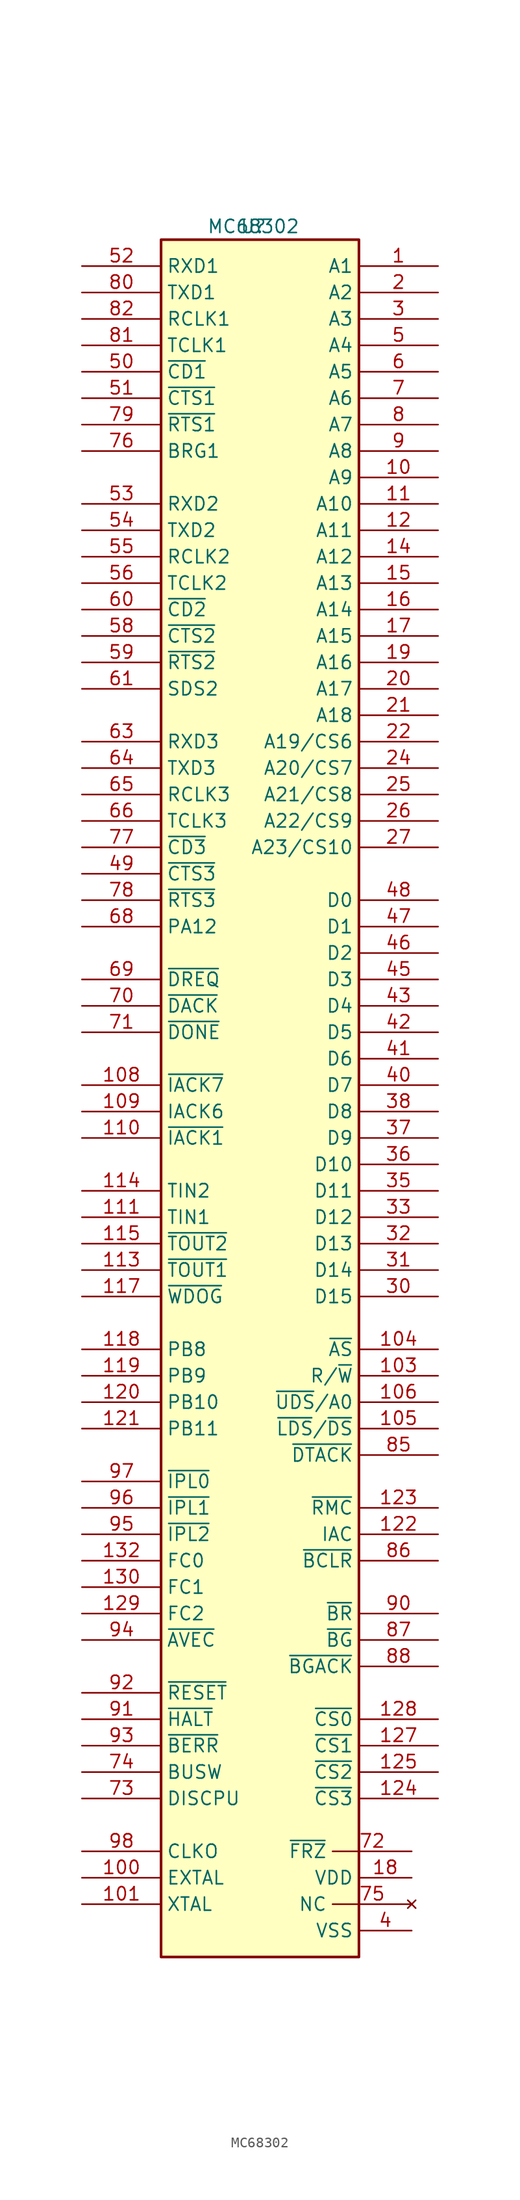
<source format=kicad_sym>
(kicad_symbol_lib
  (version 20211014)
  (generator kicad_symbol_editor)
  (symbol "MC68302"
    (property "Reference" "U"
      (at 0 0 0)
      (effects (font (size 1.27 1.27))))
    (property "Value" "MC68302"
      (at 0 0 0)
      (effects (font (size 1.27 1.27))))
    (symbol "MC68302_0_1"
      (rectangle (start -8.89 -1.27) (end 10.16 -166.37) (stroke (width 0.254) (type default) (color 0 0 0 0)) (fill (type background))))
    (symbol "MC68302_1_0"
      (pin power_in line (at 15.24 -163.83 180) (length 5.08) (name "VSS" (effects (font (size 1.27 1.27)))) (number "4" (effects (font (size 1.27 1.27))))))
    (symbol "MC68302_1_1"
      (pin output line (at 17.78 -3.81 180) (length 7.62) (name "A1" (effects (font (size 1.27 1.27)))) (number "1" (effects (font (size 1.27 1.27)))))
      (pin output line (at 17.78 -24.13 180) (length 7.62) (name "A9" (effects (font (size 1.27 1.27)))) (number "10" (effects (font (size 1.27 1.27)))))
      (pin passive line (at -16.51 -158.75 0) (length 7.62) (name "EXTAL" (effects (font (size 1.27 1.27)))) (number "100" (effects (font (size 1.27 1.27)))))
      (pin passive line (at -16.51 -161.29 0) (length 7.62) (name "XTAL" (effects (font (size 1.27 1.27)))) (number "101" (effects (font (size 1.27 1.27)))))
      (pin power_in line (at 15.24 -163.83 180) (length 5.08) hide (name "VSS" (effects (font (size 1.27 1.27)))) (number "102" (effects (font (size 1.27 1.27)))))
      (pin passive line (at 17.78 -110.49 180) (length 7.62) (name "R/~{W}" (effects (font (size 1.27 1.27)))) (number "103" (effects (font (size 1.27 1.27)))))
      (pin passive line (at 17.78 -107.95 180) (length 7.62) (name "~{AS}" (effects (font (size 1.27 1.27)))) (number "104" (effects (font (size 1.27 1.27)))))
      (pin passive line (at 17.78 -115.57 180) (length 7.62) (name "~{LDS}/~{DS}" (effects (font (size 1.27 1.27)))) (number "105" (effects (font (size 1.27 1.27)))))
      (pin passive line (at 17.78 -113.03 180) (length 7.62) (name "~{UDS}/A0" (effects (font (size 1.27 1.27)))) (number "106" (effects (font (size 1.27 1.27)))))
      (pin power_in line (at 15.24 -163.83 180) (length 5.08) hide (name "VSS" (effects (font (size 1.27 1.27)))) (number "107" (effects (font (size 1.27 1.27)))))
      (pin passive line (at -16.51 -82.55 0) (length 7.62) (name "~{IACK7}" (effects (font (size 1.27 1.27)))) (number "108" (effects (font (size 1.27 1.27)))))
      (pin passive line (at -16.51 -85.09 0) (length 7.62) (name "IACK6" (effects (font (size 1.27 1.27)))) (number "109" (effects (font (size 1.27 1.27)))))
      (pin output line (at 17.78 -26.67 180) (length 7.62) (name "A10" (effects (font (size 1.27 1.27)))) (number "11" (effects (font (size 1.27 1.27)))))
      (pin passive line (at -16.51 -87.63 0) (length 7.62) (name "~{IACK1}" (effects (font (size 1.27 1.27)))) (number "110" (effects (font (size 1.27 1.27)))))
      (pin passive line (at -16.51 -95.25 0) (length 7.62) (name "TIN1" (effects (font (size 1.27 1.27)))) (number "111" (effects (font (size 1.27 1.27)))))
      (pin power_in line (at 15.24 -158.75 180) (length 5.08) hide (name "VDD" (effects (font (size 1.27 1.27)))) (number "112" (effects (font (size 1.27 1.27)))))
      (pin passive line (at -16.51 -100.33 0) (length 7.62) (name "~{TOUT1}" (effects (font (size 1.27 1.27)))) (number "113" (effects (font (size 1.27 1.27)))))
      (pin passive line (at -16.51 -92.71 0) (length 7.62) (name "TIN2" (effects (font (size 1.27 1.27)))) (number "114" (effects (font (size 1.27 1.27)))))
      (pin passive line (at -16.51 -97.79 0) (length 7.62) (name "~{TOUT2}" (effects (font (size 1.27 1.27)))) (number "115" (effects (font (size 1.27 1.27)))))
      (pin power_in line (at 15.24 -163.83 180) (length 5.08) hide (name "VSS" (effects (font (size 1.27 1.27)))) (number "116" (effects (font (size 1.27 1.27)))))
      (pin passive line (at -16.51 -102.87 0) (length 7.62) (name "~{WDOG}" (effects (font (size 1.27 1.27)))) (number "117" (effects (font (size 1.27 1.27)))))
      (pin passive line (at -16.51 -107.95 0) (length 7.62) (name "PB8" (effects (font (size 1.27 1.27)))) (number "118" (effects (font (size 1.27 1.27)))))
      (pin passive line (at -16.51 -110.49 0) (length 7.62) (name "PB9" (effects (font (size 1.27 1.27)))) (number "119" (effects (font (size 1.27 1.27)))))
      (pin output line (at 17.78 -29.21 180) (length 7.62) (name "A11" (effects (font (size 1.27 1.27)))) (number "12" (effects (font (size 1.27 1.27)))))
      (pin passive line (at -16.51 -113.03 0) (length 7.62) (name "PB10" (effects (font (size 1.27 1.27)))) (number "120" (effects (font (size 1.27 1.27)))))
      (pin passive line (at -16.51 -115.57 0) (length 7.62) (name "PB11" (effects (font (size 1.27 1.27)))) (number "121" (effects (font (size 1.27 1.27)))))
      (pin passive line (at 17.78 -125.73 180) (length 7.62) (name "IAC" (effects (font (size 1.27 1.27)))) (number "122" (effects (font (size 1.27 1.27)))))
      (pin passive line (at 17.78 -123.19 180) (length 7.62) (name "~{RMC}" (effects (font (size 1.27 1.27)))) (number "123" (effects (font (size 1.27 1.27)))))
      (pin output line (at 17.78 -151.13 180) (length 7.62) (name "~{CS3}" (effects (font (size 1.27 1.27)))) (number "124" (effects (font (size 1.27 1.27)))))
      (pin input line (at 17.78 -148.59 180) (length 7.62) (name "~{CS2}" (effects (font (size 1.27 1.27)))) (number "125" (effects (font (size 1.27 1.27)))))
      (pin power_in line (at 15.24 -163.83 180) (length 5.08) hide (name "VSS" (effects (font (size 1.27 1.27)))) (number "126" (effects (font (size 1.27 1.27)))))
      (pin output line (at 17.78 -146.05 180) (length 7.62) (name "~{CS1}" (effects (font (size 1.27 1.27)))) (number "127" (effects (font (size 1.27 1.27)))))
      (pin input line (at 17.78 -143.51 180) (length 7.62) (name "~{CS0}" (effects (font (size 1.27 1.27)))) (number "128" (effects (font (size 1.27 1.27)))))
      (pin output line (at -16.51 -133.35 0) (length 7.62) (name "FC2" (effects (font (size 1.27 1.27)))) (number "129" (effects (font (size 1.27 1.27)))))
      (pin power_in line (at 15.24 -163.83 180) (length 5.08) hide (name "VSS" (effects (font (size 1.27 1.27)))) (number "13" (effects (font (size 1.27 1.27)))))
      (pin output line (at -16.51 -130.81 0) (length 7.62) (name "FC1" (effects (font (size 1.27 1.27)))) (number "130" (effects (font (size 1.27 1.27)))))
      (pin power_in line (at 15.24 -158.75 180) (length 5.08) hide (name "VDD" (effects (font (size 1.27 1.27)))) (number "131" (effects (font (size 1.27 1.27)))))
      (pin output line (at -16.51 -128.27 0) (length 7.62) (name "FC0" (effects (font (size 1.27 1.27)))) (number "132" (effects (font (size 1.27 1.27)))))
      (pin output line (at 17.78 -31.75 180) (length 7.62) (name "A12" (effects (font (size 1.27 1.27)))) (number "14" (effects (font (size 1.27 1.27)))))
      (pin output line (at 17.78 -34.29 180) (length 7.62) (name "A13" (effects (font (size 1.27 1.27)))) (number "15" (effects (font (size 1.27 1.27)))))
      (pin output line (at 17.78 -36.83 180) (length 7.62) (name "A14" (effects (font (size 1.27 1.27)))) (number "16" (effects (font (size 1.27 1.27)))))
      (pin output line (at 17.78 -39.37 180) (length 7.62) (name "A15" (effects (font (size 1.27 1.27)))) (number "17" (effects (font (size 1.27 1.27)))))
      (pin power_in line (at 15.24 -158.75 180) (length 5.08) (name "VDD" (effects (font (size 1.27 1.27)))) (number "18" (effects (font (size 1.27 1.27)))))
      (pin output line (at 17.78 -41.91 180) (length 7.62) (name "A16" (effects (font (size 1.27 1.27)))) (number "19" (effects (font (size 1.27 1.27)))))
      (pin output line (at 17.78 -6.35 180) (length 7.62) (name "A2" (effects (font (size 1.27 1.27)))) (number "2" (effects (font (size 1.27 1.27)))))
      (pin output line (at 17.78 -44.45 180) (length 7.62) (name "A17" (effects (font (size 1.27 1.27)))) (number "20" (effects (font (size 1.27 1.27)))))
      (pin output line (at 17.78 -46.99 180) (length 7.62) (name "A18" (effects (font (size 1.27 1.27)))) (number "21" (effects (font (size 1.27 1.27)))))
      (pin output line (at 17.78 -49.53 180) (length 7.62) (name "A19/CS6" (effects (font (size 1.27 1.27)))) (number "22" (effects (font (size 1.27 1.27)))))
      (pin power_in line (at 15.24 -163.83 180) (length 5.08) hide (name "VSS" (effects (font (size 1.27 1.27)))) (number "23" (effects (font (size 1.27 1.27)))))
      (pin output line (at 17.78 -52.07 180) (length 7.62) (name "A20/CS7" (effects (font (size 1.27 1.27)))) (number "24" (effects (font (size 1.27 1.27)))))
      (pin output line (at 17.78 -54.61 180) (length 7.62) (name "A21/CS8" (effects (font (size 1.27 1.27)))) (number "25" (effects (font (size 1.27 1.27)))))
      (pin output line (at 17.78 -57.15 180) (length 7.62) (name "A22/CS9" (effects (font (size 1.27 1.27)))) (number "26" (effects (font (size 1.27 1.27)))))
      (pin output line (at 17.78 -59.69 180) (length 7.62) (name "A23/CS10" (effects (font (size 1.27 1.27)))) (number "27" (effects (font (size 1.27 1.27)))))
      (pin power_in line (at 15.24 -158.75 180) (length 5.08) hide (name "VDD" (effects (font (size 1.27 1.27)))) (number "28" (effects (font (size 1.27 1.27)))))
      (pin power_in line (at 15.24 -163.83 180) (length 5.08) hide (name "VSS" (effects (font (size 1.27 1.27)))) (number "29" (effects (font (size 1.27 1.27)))))
      (pin output line (at 17.78 -8.89 180) (length 7.62) (name "A3" (effects (font (size 1.27 1.27)))) (number "3" (effects (font (size 1.27 1.27)))))
      (pin input line (at 17.78 -102.87 180) (length 7.62) (name "D15" (effects (font (size 1.27 1.27)))) (number "30" (effects (font (size 1.27 1.27)))))
      (pin input line (at 17.78 -100.33 180) (length 7.62) (name "D14" (effects (font (size 1.27 1.27)))) (number "31" (effects (font (size 1.27 1.27)))))
      (pin input line (at 17.78 -97.79 180) (length 7.62) (name "D13" (effects (font (size 1.27 1.27)))) (number "32" (effects (font (size 1.27 1.27)))))
      (pin input line (at 17.78 -95.25 180) (length 7.62) (name "D12" (effects (font (size 1.27 1.27)))) (number "33" (effects (font (size 1.27 1.27)))))
      (pin power_in line (at 15.24 -163.83 180) (length 5.08) hide (name "VSS" (effects (font (size 1.27 1.27)))) (number "34" (effects (font (size 1.27 1.27)))))
      (pin input line (at 17.78 -92.71 180) (length 7.62) (name "D11" (effects (font (size 1.27 1.27)))) (number "35" (effects (font (size 1.27 1.27)))))
      (pin input line (at 17.78 -90.17 180) (length 7.62) (name "D10" (effects (font (size 1.27 1.27)))) (number "36" (effects (font (size 1.27 1.27)))))
      (pin input line (at 17.78 -87.63 180) (length 7.62) (name "D9" (effects (font (size 1.27 1.27)))) (number "37" (effects (font (size 1.27 1.27)))))
      (pin input line (at 17.78 -85.09 180) (length 7.62) (name "D8" (effects (font (size 1.27 1.27)))) (number "38" (effects (font (size 1.27 1.27)))))
      (pin power_in line (at 15.24 -158.75 180) (length 5.08) hide (name "VDD" (effects (font (size 1.27 1.27)))) (number "39" (effects (font (size 1.27 1.27)))))
      (pin input line (at 17.78 -82.55 180) (length 7.62) (name "D7" (effects (font (size 1.27 1.27)))) (number "40" (effects (font (size 1.27 1.27)))))
      (pin input line (at 17.78 -80.01 180) (length 7.62) (name "D6" (effects (font (size 1.27 1.27)))) (number "41" (effects (font (size 1.27 1.27)))))
      (pin input line (at 17.78 -77.47 180) (length 7.62) (name "D5" (effects (font (size 1.27 1.27)))) (number "42" (effects (font (size 1.27 1.27)))))
      (pin input line (at 17.78 -74.93 180) (length 7.62) (name "D4" (effects (font (size 1.27 1.27)))) (number "43" (effects (font (size 1.27 1.27)))))
      (pin power_in line (at 15.24 -163.83 180) (length 5.08) hide (name "VSS" (effects (font (size 1.27 1.27)))) (number "44" (effects (font (size 1.27 1.27)))))
      (pin input line (at 17.78 -72.39 180) (length 7.62) (name "D3" (effects (font (size 1.27 1.27)))) (number "45" (effects (font (size 1.27 1.27)))))
      (pin input line (at 17.78 -69.85 180) (length 7.62) (name "D2" (effects (font (size 1.27 1.27)))) (number "46" (effects (font (size 1.27 1.27)))))
      (pin input line (at 17.78 -67.31 180) (length 7.62) (name "D1" (effects (font (size 1.27 1.27)))) (number "47" (effects (font (size 1.27 1.27)))))
      (pin input line (at 17.78 -64.77 180) (length 7.62) (name "D0" (effects (font (size 1.27 1.27)))) (number "48" (effects (font (size 1.27 1.27)))))
      (pin passive line (at -16.51 -62.23 0) (length 7.62) (name "~{CTS3}" (effects (font (size 1.27 1.27)))) (number "49" (effects (font (size 1.27 1.27)))))
      (pin output line (at 17.78 -11.43 180) (length 7.62) (name "A4" (effects (font (size 1.27 1.27)))) (number "5" (effects (font (size 1.27 1.27)))))
      (pin passive line (at -16.51 -13.97 0) (length 7.62) (name "~{CD1}" (effects (font (size 1.27 1.27)))) (number "50" (effects (font (size 1.27 1.27)))))
      (pin passive line (at -16.51 -16.51 0) (length 7.62) (name "~{CTS1}" (effects (font (size 1.27 1.27)))) (number "51" (effects (font (size 1.27 1.27)))))
      (pin passive line (at -16.51 -3.81 0) (length 7.62) (name "RXD1" (effects (font (size 1.27 1.27)))) (number "52" (effects (font (size 1.27 1.27)))))
      (pin passive line (at -16.51 -26.67 0) (length 7.62) (name "RXD2" (effects (font (size 1.27 1.27)))) (number "53" (effects (font (size 1.27 1.27)))))
      (pin passive line (at -16.51 -29.21 0) (length 7.62) (name "TXD2" (effects (font (size 1.27 1.27)))) (number "54" (effects (font (size 1.27 1.27)))))
      (pin passive line (at -16.51 -31.75 0) (length 7.62) (name "RCLK2" (effects (font (size 1.27 1.27)))) (number "55" (effects (font (size 1.27 1.27)))))
      (pin passive line (at -16.51 -34.29 0) (length 7.62) (name "TCLK2" (effects (font (size 1.27 1.27)))) (number "56" (effects (font (size 1.27 1.27)))))
      (pin power_in line (at 15.24 -163.83 180) (length 5.08) hide (name "VSS" (effects (font (size 1.27 1.27)))) (number "57" (effects (font (size 1.27 1.27)))))
      (pin passive line (at -16.51 -39.37 0) (length 7.62) (name "~{CTS2}" (effects (font (size 1.27 1.27)))) (number "58" (effects (font (size 1.27 1.27)))))
      (pin passive line (at -16.51 -41.91 0) (length 7.62) (name "~{RTS2}" (effects (font (size 1.27 1.27)))) (number "59" (effects (font (size 1.27 1.27)))))
      (pin output line (at 17.78 -13.97 180) (length 7.62) (name "A5" (effects (font (size 1.27 1.27)))) (number "6" (effects (font (size 1.27 1.27)))))
      (pin passive line (at -16.51 -36.83 0) (length 7.62) (name "~{CD2}" (effects (font (size 1.27 1.27)))) (number "60" (effects (font (size 1.27 1.27)))))
      (pin passive line (at -16.51 -44.45 0) (length 7.62) (name "SDS2" (effects (font (size 1.27 1.27)))) (number "61" (effects (font (size 1.27 1.27)))))
      (pin power_in line (at 15.24 -158.75 180) (length 5.08) hide (name "VDD" (effects (font (size 1.27 1.27)))) (number "62" (effects (font (size 1.27 1.27)))))
      (pin passive line (at -16.51 -49.53 0) (length 7.62) (name "RXD3" (effects (font (size 1.27 1.27)))) (number "63" (effects (font (size 1.27 1.27)))))
      (pin passive line (at -16.51 -52.07 0) (length 7.62) (name "TXD3" (effects (font (size 1.27 1.27)))) (number "64" (effects (font (size 1.27 1.27)))))
      (pin passive line (at -16.51 -54.61 0) (length 7.62) (name "RCLK3" (effects (font (size 1.27 1.27)))) (number "65" (effects (font (size 1.27 1.27)))))
      (pin passive line (at -16.51 -57.15 0) (length 7.62) (name "TCLK3" (effects (font (size 1.27 1.27)))) (number "66" (effects (font (size 1.27 1.27)))))
      (pin power_in line (at 15.24 -163.83 180) (length 5.08) hide (name "VSS" (effects (font (size 1.27 1.27)))) (number "67" (effects (font (size 1.27 1.27)))))
      (pin passive line (at -16.51 -67.31 0) (length 7.62) (name "PA12" (effects (font (size 1.27 1.27)))) (number "68" (effects (font (size 1.27 1.27)))))
      (pin passive line (at -16.51 -72.39 0) (length 7.62) (name "~{DREQ}" (effects (font (size 1.27 1.27)))) (number "69" (effects (font (size 1.27 1.27)))))
      (pin output line (at 17.78 -16.51 180) (length 7.62) (name "A6" (effects (font (size 1.27 1.27)))) (number "7" (effects (font (size 1.27 1.27)))))
      (pin passive line (at -16.51 -74.93 0) (length 7.62) (name "~{DACK}" (effects (font (size 1.27 1.27)))) (number "70" (effects (font (size 1.27 1.27)))))
      (pin passive line (at -16.51 -77.47 0) (length 7.62) (name "~{DONE}" (effects (font (size 1.27 1.27)))) (number "71" (effects (font (size 1.27 1.27)))))
      (pin passive line (at 15.24 -156.21 180) (length 7.62) (name "~{FRZ}" (effects (font (size 1.27 1.27)))) (number "72" (effects (font (size 1.27 1.27)))))
      (pin passive line (at -16.51 -151.13 0) (length 7.62) (name "DISCPU" (effects (font (size 1.27 1.27)))) (number "73" (effects (font (size 1.27 1.27)))))
      (pin passive line (at -16.51 -148.59 0) (length 7.62) (name "BUSW" (effects (font (size 1.27 1.27)))) (number "74" (effects (font (size 1.27 1.27)))))
      (pin no_connect line (at 15.24 -161.29 180) (length 7.62) (name "NC" (effects (font (size 1.27 1.27)))) (number "75" (effects (font (size 1.27 1.27)))))
      (pin no_connect line (at 15.24 -161.29 180) (length 7.62) hide (name "NC" (effects (font (size 1.27 1.27)))) (number "75" (effects (font (size 1.27 1.27)))))
      (pin passive line (at -16.51 -21.59 0) (length 7.62) (name "BRG1" (effects (font (size 1.27 1.27)))) (number "76" (effects (font (size 1.27 1.27)))))
      (pin passive line (at -16.51 -59.69 0) (length 7.62) (name "~{CD3}" (effects (font (size 1.27 1.27)))) (number "77" (effects (font (size 1.27 1.27)))))
      (pin passive line (at -16.51 -64.77 0) (length 7.62) (name "~{RTS3}" (effects (font (size 1.27 1.27)))) (number "78" (effects (font (size 1.27 1.27)))))
      (pin passive line (at -16.51 -19.05 0) (length 7.62) (name "~{RTS1}" (effects (font (size 1.27 1.27)))) (number "79" (effects (font (size 1.27 1.27)))))
      (pin output line (at 17.78 -19.05 180) (length 7.62) (name "A7" (effects (font (size 1.27 1.27)))) (number "8" (effects (font (size 1.27 1.27)))))
      (pin passive line (at -16.51 -6.35 0) (length 7.62) (name "TXD1" (effects (font (size 1.27 1.27)))) (number "80" (effects (font (size 1.27 1.27)))))
      (pin passive line (at -16.51 -11.43 0) (length 7.62) (name "TCLK1" (effects (font (size 1.27 1.27)))) (number "81" (effects (font (size 1.27 1.27)))))
      (pin passive line (at -16.51 -8.89 0) (length 7.62) (name "RCLK1" (effects (font (size 1.27 1.27)))) (number "82" (effects (font (size 1.27 1.27)))))
      (pin power_in line (at 15.24 -158.75 180) (length 5.08) hide (name "VDD" (effects (font (size 1.27 1.27)))) (number "83" (effects (font (size 1.27 1.27)))))
      (pin power_in line (at 15.24 -163.83 180) (length 5.08) hide (name "VSS" (effects (font (size 1.27 1.27)))) (number "84" (effects (font (size 1.27 1.27)))))
      (pin passive line (at 17.78 -118.11 180) (length 7.62) (name "~{DTACK}" (effects (font (size 1.27 1.27)))) (number "85" (effects (font (size 1.27 1.27)))))
      (pin passive line (at 17.78 -128.27 180) (length 7.62) (name "~{BCLR}" (effects (font (size 1.27 1.27)))) (number "86" (effects (font (size 1.27 1.27)))))
      (pin passive line (at 17.78 -135.89 180) (length 7.62) (name "~{BG}" (effects (font (size 1.27 1.27)))) (number "87" (effects (font (size 1.27 1.27)))))
      (pin passive line (at 17.78 -138.43 180) (length 7.62) (name "~{BGACK}" (effects (font (size 1.27 1.27)))) (number "88" (effects (font (size 1.27 1.27)))))
      (pin no_connect line (at 15.24 -161.29 180) (length 7.62) hide (name "NC" (effects (font (size 1.27 1.27)))) (number "89" (effects (font (size 1.27 1.27)))))
      (pin output line (at 17.78 -21.59 180) (length 7.62) (name "A8" (effects (font (size 1.27 1.27)))) (number "9" (effects (font (size 1.27 1.27)))))
      (pin passive line (at 17.78 -133.35 180) (length 7.62) (name "~{BR}" (effects (font (size 1.27 1.27)))) (number "90" (effects (font (size 1.27 1.27)))))
      (pin passive line (at -16.51 -143.51 0) (length 7.62) (name "~{HALT}" (effects (font (size 1.27 1.27)))) (number "91" (effects (font (size 1.27 1.27)))))
      (pin passive line (at -16.51 -140.97 0) (length 7.62) (name "~{RESET}" (effects (font (size 1.27 1.27)))) (number "92" (effects (font (size 1.27 1.27)))))
      (pin passive line (at -16.51 -146.05 0) (length 7.62) (name "~{BERR}" (effects (font (size 1.27 1.27)))) (number "93" (effects (font (size 1.27 1.27)))))
      (pin passive line (at -16.51 -135.89 0) (length 7.62) (name "~{AVEC}" (effects (font (size 1.27 1.27)))) (number "94" (effects (font (size 1.27 1.27)))))
      (pin passive line (at -16.51 -125.73 0) (length 7.62) (name "~{IPL2}" (effects (font (size 1.27 1.27)))) (number "95" (effects (font (size 1.27 1.27)))))
      (pin passive line (at -16.51 -123.19 0) (length 7.62) (name "~{IPL1}" (effects (font (size 1.27 1.27)))) (number "96" (effects (font (size 1.27 1.27)))))
      (pin passive line (at -16.51 -120.65 0) (length 7.62) (name "~{IPL0}" (effects (font (size 1.27 1.27)))) (number "97" (effects (font (size 1.27 1.27)))))
      (pin passive line (at -16.51 -156.21 0) (length 7.62) (name "CLKO" (effects (font (size 1.27 1.27)))) (number "98" (effects (font (size 1.27 1.27)))))
      (pin power_in line (at 15.24 -158.75 180) (length 5.08) hide (name "VDD" (effects (font (size 1.27 1.27)))) (number "99" (effects (font (size 1.27 1.27))))))))
</source>
